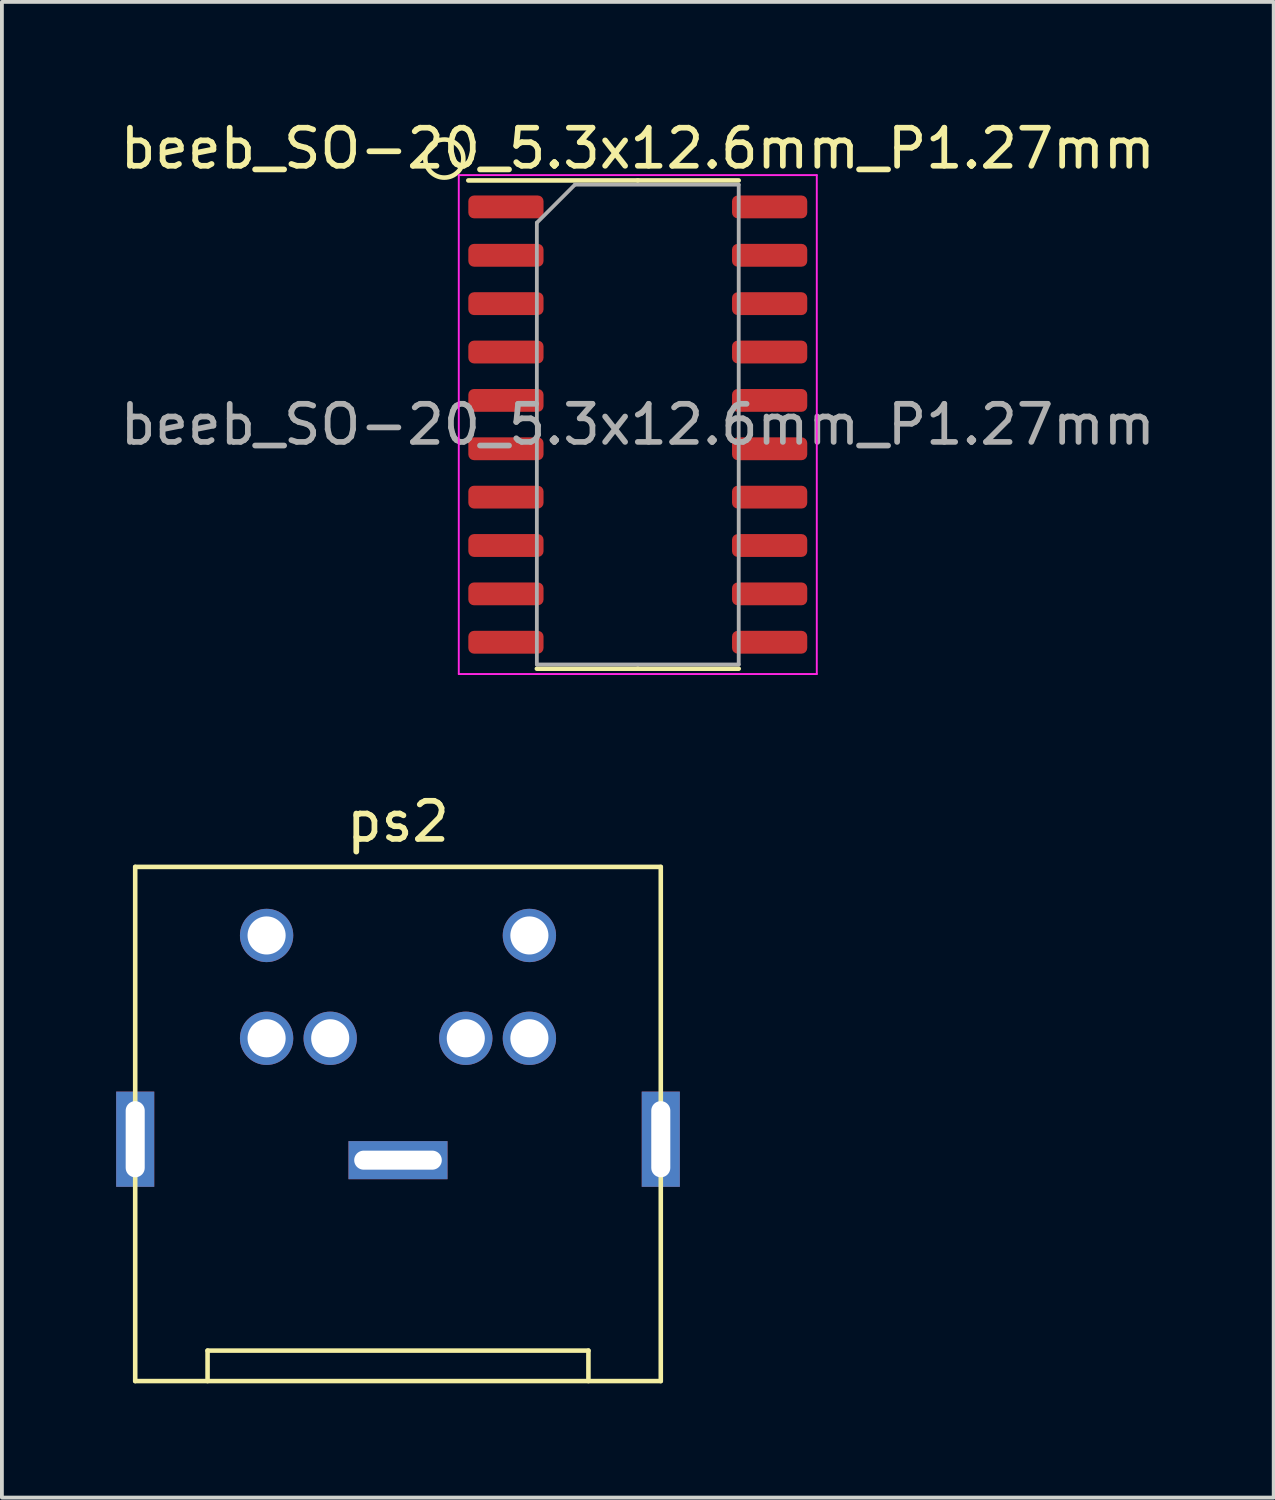
<source format=kicad_pcb>
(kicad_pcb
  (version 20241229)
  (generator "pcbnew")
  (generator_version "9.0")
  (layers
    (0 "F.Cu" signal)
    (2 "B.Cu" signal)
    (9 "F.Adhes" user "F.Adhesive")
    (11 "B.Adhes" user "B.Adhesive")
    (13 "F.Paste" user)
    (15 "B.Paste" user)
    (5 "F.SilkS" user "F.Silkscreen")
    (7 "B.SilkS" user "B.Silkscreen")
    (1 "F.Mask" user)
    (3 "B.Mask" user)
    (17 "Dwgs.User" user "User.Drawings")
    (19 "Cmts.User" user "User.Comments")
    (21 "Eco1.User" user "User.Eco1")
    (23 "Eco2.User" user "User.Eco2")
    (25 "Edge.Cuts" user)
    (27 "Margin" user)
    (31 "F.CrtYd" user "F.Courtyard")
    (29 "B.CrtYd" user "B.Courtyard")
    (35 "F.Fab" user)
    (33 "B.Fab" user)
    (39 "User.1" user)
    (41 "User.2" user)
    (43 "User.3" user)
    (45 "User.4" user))
  (footprint "ps2"
    (layer "F.Cu")
    (at 7.4 27.412)
    (property "Reference" "ps2" (at 0 -8.89 0) (layer "F.SilkS") (effects (font (size 1 1) (thickness 0.15))))
    (attr through_hole)
    (fp_line (start -6.9 -7.7) (end -6.9 5.8) (stroke (width 0.12) (type solid)) (layer "F.SilkS"))
    (fp_line (start -6.9 -7.7) (end 6.9 -7.7) (stroke (width 0.12) (type solid)) (layer "F.SilkS"))
    (fp_line (start -5 5) (end -5 5.8) (stroke (width 0.12) (type solid)) (layer "F.SilkS"))
    (fp_line (start 5 5) (end -5 5) (stroke (width 0.12) (type solid)) (layer "F.SilkS"))
    (fp_line (start 5 5) (end 5 5.8) (stroke (width 0.12) (type solid)) (layer "F.SilkS"))
    (fp_line (start 6.9 -7.7) (end 6.9 5.8) (stroke (width 0.12) (type solid)) (layer "F.SilkS"))
    (fp_line (start 6.9 5.8) (end -6.9 5.8) (stroke (width 0.12) (type solid)) (layer "F.SilkS"))
    (pad "" thru_hole rect (at -6.9 -0.55) (size 1 2.5) (drill oval 0.5 2) (layers "*.Cu" "*.Mask"))
    (pad "" thru_hole rect (at 0 0) (size 2.6 1) (drill oval 2.3 0.5) (layers "*.Cu" "*.Mask"))
    (pad "" thru_hole rect (at 6.9 -0.55) (size 1 2.5) (drill oval 0.5 2) (layers "*.Cu" "*.Mask"))
    (pad "1" thru_hole circle (at -3.45 -5.9) (size 1.4 1.4) (drill 1) (layers "*.Cu" "*.Mask"))
    (pad "1" thru_hole circle (at -3.45 -3.2) (size 1.4 1.4) (drill 1) (layers "*.Cu" "*.Mask"))
    (pad "1" thru_hole circle (at -1.78 -3.2) (size 1.4 1.4) (drill 1) (layers "*.Cu" "*.Mask"))
    (pad "1" thru_hole circle (at 1.78 -3.2) (size 1.4 1.4) (drill 1) (layers "*.Cu" "*.Mask"))
    (pad "1" thru_hole circle (at 3.45 -5.9) (size 1.4 1.4) (drill 1) (layers "*.Cu" "*.Mask"))
    (pad "1" thru_hole circle (at 3.45 -3.2) (size 1.4 1.4) (drill 1) (layers "*.Cu" "*.Mask")))
  (footprint "beeb_SO-20_5.3x12.6mm_P1.27mm"
    (layer "F.Cu")
    (at 13.696 8.098)
    (property "Reference" "beeb_SO-20_5.3x12.6mm_P1.27mm" (at 0 -7.25 0) (layer "F.SilkS") (effects (font (size 1 1) (thickness 0.15))))
    (attr smd)
    (fp_line (start 0 -6.41) (end -4.45 -6.41) (stroke (width 0.12) (type solid)) (layer "F.SilkS"))
    (fp_line (start 0 -6.41) (end 2.65 -6.41) (stroke (width 0.12) (type solid)) (layer "F.SilkS"))
    (fp_line (start 0 6.41) (end -2.65 6.41) (stroke (width 0.12) (type solid)) (layer "F.SilkS"))
    (fp_line (start 0 6.41) (end 2.65 6.41) (stroke (width 0.12) (type solid)) (layer "F.SilkS"))
    (fp_circle (center -5.08 -6.985) (end -4.58 -6.985) (stroke (width 0.12) (type solid)) (fill no) (layer "F.SilkS"))
    (fp_line (start -4.7 -6.55) (end -4.7 6.55) (stroke (width 0.05) (type solid)) (layer "F.CrtYd"))
    (fp_line (start -4.7 6.55) (end 4.7 6.55) (stroke (width 0.05) (type solid)) (layer "F.CrtYd"))
    (fp_line (start 4.7 -6.55) (end -4.7 -6.55) (stroke (width 0.05) (type solid)) (layer "F.CrtYd"))
    (fp_line (start 4.7 6.55) (end 4.7 -6.55) (stroke (width 0.05) (type solid)) (layer "F.CrtYd"))
    (fp_line (start -2.65 -5.3) (end -1.65 -6.3) (stroke (width 0.1) (type solid)) (layer "F.Fab"))
    (fp_line (start -2.65 6.3) (end -2.65 -5.3) (stroke (width 0.1) (type solid)) (layer "F.Fab"))
    (fp_line (start -1.65 -6.3) (end 2.65 -6.3) (stroke (width 0.1) (type solid)) (layer "F.Fab"))
    (fp_line (start 2.65 -6.3) (end 2.65 6.3) (stroke (width 0.1) (type solid)) (layer "F.Fab"))
    (fp_line (start 2.65 6.3) (end -2.65 6.3) (stroke (width 0.1) (type solid)) (layer "F.Fab"))
    (fp_text user "${REFERENCE}" (at 0 0 0) (layer "F.Fab") (effects (font (size 1 1) (thickness 0.15))))
    (pad "1" smd roundrect (at -3.462 -5.715) (size 1.975 0.6) (layers "F.Cu" "F.Mask" "F.Paste") (roundrect_rratio 0.25))
    (pad "2" smd roundrect (at -3.462 -4.445) (size 1.975 0.6) (layers "F.Cu" "F.Mask" "F.Paste") (roundrect_rratio 0.25))
    (pad "3" smd roundrect (at -3.462 -3.175) (size 1.975 0.6) (layers "F.Cu" "F.Mask" "F.Paste") (roundrect_rratio 0.25))
    (pad "4" smd roundrect (at -3.462 -1.905) (size 1.975 0.6) (layers "F.Cu" "F.Mask" "F.Paste") (roundrect_rratio 0.25))
    (pad "5" smd roundrect (at -3.462 -0.635) (size 1.975 0.6) (layers "F.Cu" "F.Mask" "F.Paste") (roundrect_rratio 0.25))
    (pad "6" smd roundrect (at -3.462 0.635) (size 1.975 0.6) (layers "F.Cu" "F.Mask" "F.Paste") (roundrect_rratio 0.25))
    (pad "7" smd roundrect (at -3.462 1.905) (size 1.975 0.6) (layers "F.Cu" "F.Mask" "F.Paste") (roundrect_rratio 0.25))
    (pad "8" smd roundrect (at -3.462 3.175) (size 1.975 0.6) (layers "F.Cu" "F.Mask" "F.Paste") (roundrect_rratio 0.25))
    (pad "9" smd roundrect (at -3.462 4.445) (size 1.975 0.6) (layers "F.Cu" "F.Mask" "F.Paste") (roundrect_rratio 0.25))
    (pad "10" smd roundrect (at -3.462 5.715) (size 1.975 0.6) (layers "F.Cu" "F.Mask" "F.Paste") (roundrect_rratio 0.25))
    (pad "11" smd roundrect (at 3.462 5.715) (size 1.975 0.6) (layers "F.Cu" "F.Mask" "F.Paste") (roundrect_rratio 0.25))
    (pad "12" smd roundrect (at 3.462 4.445) (size 1.975 0.6) (layers "F.Cu" "F.Mask" "F.Paste") (roundrect_rratio 0.25))
    (pad "13" smd roundrect (at 3.462 3.175) (size 1.975 0.6) (layers "F.Cu" "F.Mask" "F.Paste") (roundrect_rratio 0.25))
    (pad "14" smd roundrect (at 3.462 1.905) (size 1.975 0.6) (layers "F.Cu" "F.Mask" "F.Paste") (roundrect_rratio 0.25))
    (pad "15" smd roundrect (at 3.462 0.635) (size 1.975 0.6) (layers "F.Cu" "F.Mask" "F.Paste") (roundrect_rratio 0.25))
    (pad "16" smd roundrect (at 3.462 -0.635) (size 1.975 0.6) (layers "F.Cu" "F.Mask" "F.Paste") (roundrect_rratio 0.25))
    (pad "17" smd roundrect (at 3.462 -1.905) (size 1.975 0.6) (layers "F.Cu" "F.Mask" "F.Paste") (roundrect_rratio 0.25))
    (pad "18" smd roundrect (at 3.462 -3.175) (size 1.975 0.6) (layers "F.Cu" "F.Mask" "F.Paste") (roundrect_rratio 0.25))
    (pad "19" smd roundrect (at 3.462 -4.445) (size 1.975 0.6) (layers "F.Cu" "F.Mask" "F.Paste") (roundrect_rratio 0.25))
    (pad "20" smd roundrect (at 3.462 -5.715) (size 1.975 0.6) (layers "F.Cu" "F.Mask" "F.Paste") (roundrect_rratio 0.25)))
  (gr_rect
    (start -3 -3)
    (end 30.393 36.272)
    (stroke (width 0.1) (type default))
    (fill no)
    (layer "Edge.Cuts")))
</source>
